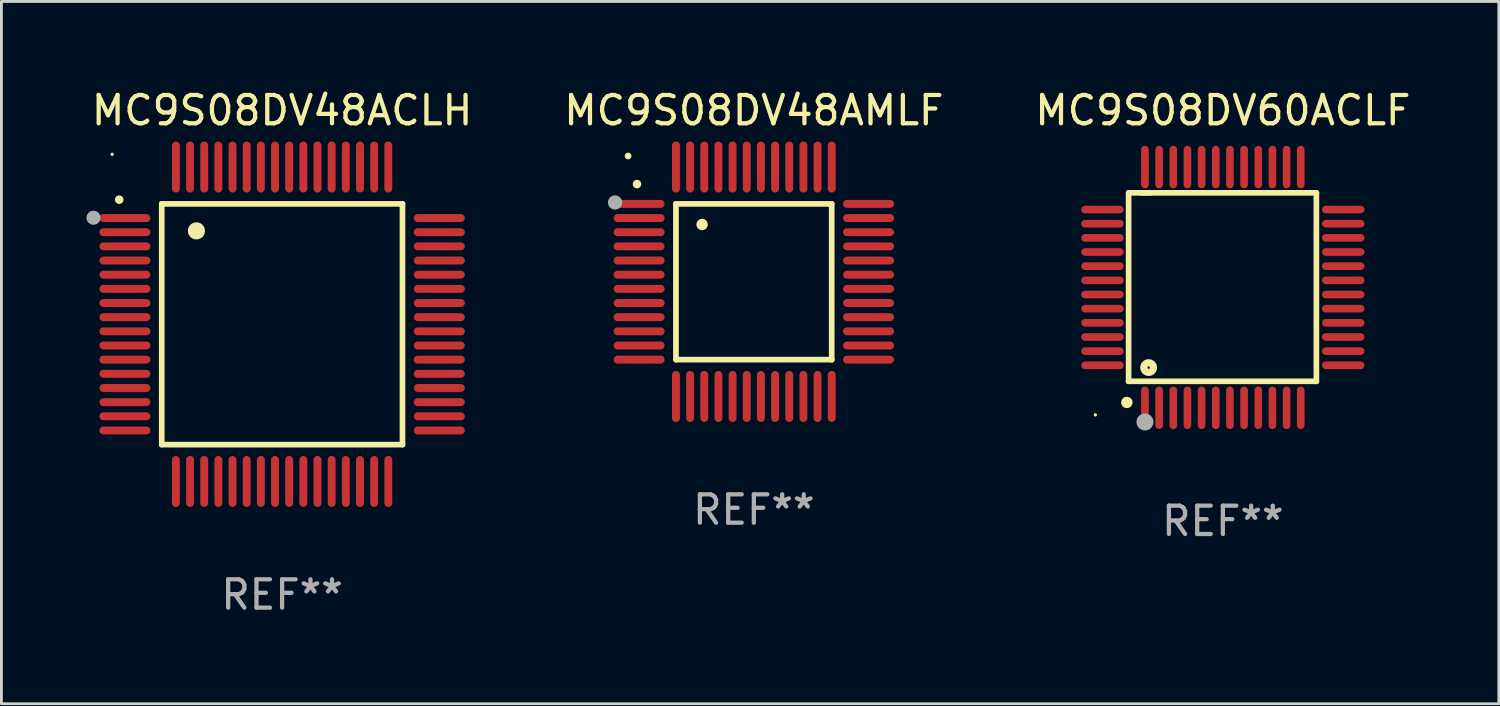
<source format=kicad_pcb>
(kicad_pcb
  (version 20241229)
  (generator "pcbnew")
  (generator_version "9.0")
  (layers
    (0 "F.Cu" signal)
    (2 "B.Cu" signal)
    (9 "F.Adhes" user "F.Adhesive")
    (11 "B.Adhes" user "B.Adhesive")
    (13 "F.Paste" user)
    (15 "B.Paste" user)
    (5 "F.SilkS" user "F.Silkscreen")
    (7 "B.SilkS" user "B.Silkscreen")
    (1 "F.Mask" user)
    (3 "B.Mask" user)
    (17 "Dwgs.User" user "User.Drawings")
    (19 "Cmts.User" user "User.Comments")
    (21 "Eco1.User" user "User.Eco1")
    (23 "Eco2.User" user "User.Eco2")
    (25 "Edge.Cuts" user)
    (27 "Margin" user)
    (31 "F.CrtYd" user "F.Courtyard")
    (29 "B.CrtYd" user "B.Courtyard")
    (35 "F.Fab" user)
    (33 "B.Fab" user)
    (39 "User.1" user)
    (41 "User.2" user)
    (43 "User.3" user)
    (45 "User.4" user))
  (footprint "MC9S08DV60ACLF"
    (layer "F.Cu")
    (at 40.124 7.098)
    (property "Reference" "MC9S08DV60ACLF" (at 0 -6.25 0) (layer "F.SilkS") (effects (font (size 1 1) (thickness 0.15))))
    (attr through_hole)
    (fp_line (start -3.327 -3.34) (end -2.565 -3.34) (stroke (width 0.2) (type solid)) (layer "F.SilkS"))
    (fp_line (start -3.327 3.315) (end -3.327 -3.34) (stroke (width 0.2) (type solid)) (layer "F.SilkS"))
    (fp_line (start -2.896 -3.34) (end 3.302 -3.34) (stroke (width 0.2) (type solid)) (layer "F.SilkS"))
    (fp_line (start 3.302 -3.34) (end 3.302 3.315) (stroke (width 0.2) (type solid)) (layer "F.SilkS"))
    (fp_line (start 3.302 3.315) (end -3.327 3.315) (stroke (width 0.2) (type solid)) (layer "F.SilkS"))
    (fp_arc (start -3.389992 4.059995) (mid -3.388722 4.059991) (end -3.387452 4.059995) (stroke (width 0.4) (type solid)) (layer "F.SilkS"))
    (fp_circle (center -4.5 4.5) (end -4.47 4.5) (stroke (width 0.06) (type solid)) (fill no) (layer "F.SilkS"))
    (fp_circle (center -2.62 2.83) (end -2.45 2.83) (stroke (width 0.254) (type solid)) (fill no) (layer "F.SilkS"))
    (fp_circle (center -2.75 4.75) (end -2.6 4.75) (stroke (width 0.3) (type solid)) (fill no) (layer "F.Fab"))
    (fp_text user "REF**" (at 0 8.25 0) (layer "F.Fab") (effects (font (size 1 1) (thickness 0.15))))
    (pad "1" smd oval (at -2.75 4.25) (size 0.27 1.5) (layers "F.Cu" "F.Mask" "F.Paste"))
    (pad "2" smd oval (at -2.25 4.25) (size 0.27 1.5) (layers "F.Cu" "F.Mask" "F.Paste"))
    (pad "3" smd oval (at -1.75 4.25) (size 0.27 1.5) (layers "F.Cu" "F.Mask" "F.Paste"))
    (pad "4" smd oval (at -1.25 4.25) (size 0.27 1.5) (layers "F.Cu" "F.Mask" "F.Paste"))
    (pad "5" smd oval (at -0.75 4.25) (size 0.27 1.5) (layers "F.Cu" "F.Mask" "F.Paste"))
    (pad "6" smd oval (at -0.25 4.25) (size 0.27 1.5) (layers "F.Cu" "F.Mask" "F.Paste"))
    (pad "7" smd oval (at 0.25 4.25) (size 0.27 1.5) (layers "F.Cu" "F.Mask" "F.Paste"))
    (pad "8" smd oval (at 0.75 4.25) (size 0.27 1.5) (layers "F.Cu" "F.Mask" "F.Paste"))
    (pad "9" smd oval (at 1.25 4.25) (size 0.27 1.5) (layers "F.Cu" "F.Mask" "F.Paste"))
    (pad "10" smd oval (at 1.75 4.25) (size 0.27 1.5) (layers "F.Cu" "F.Mask" "F.Paste"))
    (pad "11" smd oval (at 2.25 4.25) (size 0.27 1.5) (layers "F.Cu" "F.Mask" "F.Paste"))
    (pad "12" smd oval (at 2.75 4.25) (size 0.27 1.5) (layers "F.Cu" "F.Mask" "F.Paste"))
    (pad "13" smd oval (at 4.25 2.75) (size 1.5 0.27) (layers "F.Cu" "F.Mask" "F.Paste"))
    (pad "14" smd oval (at 4.25 2.25) (size 1.5 0.27) (layers "F.Cu" "F.Mask" "F.Paste"))
    (pad "15" smd oval (at 4.25 1.75) (size 1.5 0.27) (layers "F.Cu" "F.Mask" "F.Paste"))
    (pad "16" smd oval (at 4.25 1.25) (size 1.5 0.27) (layers "F.Cu" "F.Mask" "F.Paste"))
    (pad "17" smd oval (at 4.25 0.75) (size 1.5 0.27) (layers "F.Cu" "F.Mask" "F.Paste"))
    (pad "18" smd oval (at 4.25 0.25) (size 1.5 0.27) (layers "F.Cu" "F.Mask" "F.Paste"))
    (pad "19" smd oval (at 4.25 -0.25) (size 1.5 0.27) (layers "F.Cu" "F.Mask" "F.Paste"))
    (pad "20" smd oval (at 4.25 -0.75) (size 1.5 0.27) (layers "F.Cu" "F.Mask" "F.Paste"))
    (pad "21" smd oval (at 4.25 -1.25) (size 1.5 0.27) (layers "F.Cu" "F.Mask" "F.Paste"))
    (pad "22" smd oval (at 4.25 -1.75) (size 1.5 0.27) (layers "F.Cu" "F.Mask" "F.Paste"))
    (pad "23" smd oval (at 4.25 -2.25) (size 1.5 0.27) (layers "F.Cu" "F.Mask" "F.Paste"))
    (pad "24" smd oval (at 4.25 -2.75) (size 1.5 0.27) (layers "F.Cu" "F.Mask" "F.Paste"))
    (pad "25" smd oval (at 2.75 -4.25) (size 0.27 1.5) (layers "F.Cu" "F.Mask" "F.Paste"))
    (pad "26" smd oval (at 2.25 -4.25) (size 0.27 1.5) (layers "F.Cu" "F.Mask" "F.Paste"))
    (pad "27" smd oval (at 1.75 -4.25) (size 0.27 1.5) (layers "F.Cu" "F.Mask" "F.Paste"))
    (pad "28" smd oval (at 1.25 -4.25) (size 0.27 1.5) (layers "F.Cu" "F.Mask" "F.Paste"))
    (pad "29" smd oval (at 0.75 -4.25) (size 0.27 1.5) (layers "F.Cu" "F.Mask" "F.Paste"))
    (pad "30" smd oval (at 0.25 -4.25) (size 0.27 1.5) (layers "F.Cu" "F.Mask" "F.Paste"))
    (pad "31" smd oval (at -0.25 -4.25) (size 0.27 1.5) (layers "F.Cu" "F.Mask" "F.Paste"))
    (pad "32" smd oval (at -0.75 -4.25) (size 0.27 1.5) (layers "F.Cu" "F.Mask" "F.Paste"))
    (pad "33" smd oval (at -1.25 -4.25) (size 0.27 1.5) (layers "F.Cu" "F.Mask" "F.Paste"))
    (pad "34" smd oval (at -1.75 -4.25) (size 0.27 1.5) (layers "F.Cu" "F.Mask" "F.Paste"))
    (pad "35" smd oval (at -2.25 -4.25) (size 0.27 1.5) (layers "F.Cu" "F.Mask" "F.Paste"))
    (pad "36" smd oval (at -2.75 -4.25) (size 0.27 1.5) (layers "F.Cu" "F.Mask" "F.Paste"))
    (pad "37" smd oval (at -4.25 -2.75) (size 1.5 0.27) (layers "F.Cu" "F.Mask" "F.Paste"))
    (pad "38" smd oval (at -4.25 -2.25) (size 1.5 0.27) (layers "F.Cu" "F.Mask" "F.Paste"))
    (pad "39" smd oval (at -4.25 -1.75) (size 1.5 0.27) (layers "F.Cu" "F.Mask" "F.Paste"))
    (pad "40" smd oval (at -4.25 -1.25) (size 1.5 0.27) (layers "F.Cu" "F.Mask" "F.Paste"))
    (pad "41" smd oval (at -4.25 -0.75) (size 1.5 0.27) (layers "F.Cu" "F.Mask" "F.Paste"))
    (pad "42" smd oval (at -4.25 -0.25) (size 1.5 0.27) (layers "F.Cu" "F.Mask" "F.Paste"))
    (pad "43" smd oval (at -4.25 0.25) (size 1.5 0.27) (layers "F.Cu" "F.Mask" "F.Paste"))
    (pad "44" smd oval (at -4.25 0.75) (size 1.5 0.27) (layers "F.Cu" "F.Mask" "F.Paste"))
    (pad "45" smd oval (at -4.25 1.25) (size 1.5 0.27) (layers "F.Cu" "F.Mask" "F.Paste"))
    (pad "46" smd oval (at -4.25 1.75) (size 1.5 0.27) (layers "F.Cu" "F.Mask" "F.Paste"))
    (pad "47" smd oval (at -4.25 2.25) (size 1.5 0.27) (layers "F.Cu" "F.Mask" "F.Paste"))
    (pad "48" smd oval (at -4.25 2.75) (size 1.5 0.27) (layers "F.Cu" "F.Mask" "F.Paste")))
  (footprint "MC9S08DV48AMLF"
    (layer "F.Cu")
    (at 23.565 6.898)
    (property "Reference" "MC9S08DV48AMLF" (at 0 -6.05 0) (layer "F.SilkS") (effects (font (size 1 1) (thickness 0.15))))
    (attr through_hole)
    (fp_line (start -2.75 -2.75) (end 2.75 -2.75) (stroke (width 0.2) (type solid)) (layer "F.SilkS"))
    (fp_line (start -2.75 2.75) (end -2.75 -2.75) (stroke (width 0.2) (type solid)) (layer "F.SilkS"))
    (fp_line (start 2.75 -2.75) (end 2.75 2.75) (stroke (width 0.2) (type solid)) (layer "F.SilkS"))
    (fp_line (start 2.75 2.75) (end -2.75 2.75) (stroke (width 0.2) (type solid)) (layer "F.SilkS"))
    (fp_arc (start -4.124968 -3.446787) (mid -4.124973 -3.448057) (end -4.124968 -3.449327) (stroke (width 0.3) (type solid)) (layer "F.SilkS"))
    (fp_arc (start -1.826264 -2.021844) (mid -1.826268 -2.023114) (end -1.826264 -2.024384) (stroke (width 0.4) (type solid)) (layer "F.SilkS"))
    (fp_circle (center -4.44 -4.44) (end -4.38 -4.44) (stroke (width 0.12) (type solid)) (fill no) (layer "F.SilkS"))
    (fp_circle (center -4.9 -2.8) (end -4.773 -2.8) (stroke (width 0.254) (type solid)) (fill no) (layer "F.Fab"))
    (fp_text user "REF**" (at 0 8.05 0) (layer "F.Fab") (effects (font (size 1 1) (thickness 0.15))))
    (pad "1" smd oval (at -4.05 -2.75 90) (size 0.28 1.8) (layers "F.Cu" "F.Mask" "F.Paste"))
    (pad "2" smd oval (at -4.05 -2.25 90) (size 0.28 1.8) (layers "F.Cu" "F.Mask" "F.Paste"))
    (pad "3" smd oval (at -4.05 -1.75 90) (size 0.28 1.8) (layers "F.Cu" "F.Mask" "F.Paste"))
    (pad "4" smd oval (at -4.05 -1.25 90) (size 0.28 1.8) (layers "F.Cu" "F.Mask" "F.Paste"))
    (pad "5" smd oval (at -4.05 -0.75 90) (size 0.28 1.8) (layers "F.Cu" "F.Mask" "F.Paste"))
    (pad "6" smd oval (at -4.05 -0.25 90) (size 0.28 1.8) (layers "F.Cu" "F.Mask" "F.Paste"))
    (pad "7" smd oval (at -4.05 0.25 90) (size 0.28 1.8) (layers "F.Cu" "F.Mask" "F.Paste"))
    (pad "8" smd oval (at -4.05 0.75 90) (size 0.28 1.8) (layers "F.Cu" "F.Mask" "F.Paste"))
    (pad "9" smd oval (at -4.05 1.25 90) (size 0.28 1.8) (layers "F.Cu" "F.Mask" "F.Paste"))
    (pad "10" smd oval (at -4.05 1.75 90) (size 0.28 1.8) (layers "F.Cu" "F.Mask" "F.Paste"))
    (pad "11" smd oval (at -4.05 2.25 90) (size 0.28 1.8) (layers "F.Cu" "F.Mask" "F.Paste"))
    (pad "12" smd oval (at -4.05 2.75 90) (size 0.28 1.8) (layers "F.Cu" "F.Mask" "F.Paste"))
    (pad "13" smd oval (at -2.75 4.05) (size 0.28 1.8) (layers "F.Cu" "F.Mask" "F.Paste"))
    (pad "14" smd oval (at -2.25 4.05) (size 0.28 1.8) (layers "F.Cu" "F.Mask" "F.Paste"))
    (pad "15" smd oval (at -1.75 4.05) (size 0.28 1.8) (layers "F.Cu" "F.Mask" "F.Paste"))
    (pad "16" smd oval (at -1.25 4.05) (size 0.28 1.8) (layers "F.Cu" "F.Mask" "F.Paste"))
    (pad "17" smd oval (at -0.75 4.05) (size 0.28 1.8) (layers "F.Cu" "F.Mask" "F.Paste"))
    (pad "18" smd oval (at -0.25 4.05) (size 0.28 1.8) (layers "F.Cu" "F.Mask" "F.Paste"))
    (pad "19" smd oval (at 0.25 4.05) (size 0.28 1.8) (layers "F.Cu" "F.Mask" "F.Paste"))
    (pad "20" smd oval (at 0.75 4.05) (size 0.28 1.8) (layers "F.Cu" "F.Mask" "F.Paste"))
    (pad "21" smd oval (at 1.25 4.05) (size 0.28 1.8) (layers "F.Cu" "F.Mask" "F.Paste"))
    (pad "22" smd oval (at 1.75 4.05) (size 0.28 1.8) (layers "F.Cu" "F.Mask" "F.Paste"))
    (pad "23" smd oval (at 2.25 4.05) (size 0.28 1.8) (layers "F.Cu" "F.Mask" "F.Paste"))
    (pad "24" smd oval (at 2.75 4.05) (size 0.28 1.8) (layers "F.Cu" "F.Mask" "F.Paste"))
    (pad "25" smd oval (at 4.05 2.75 90) (size 0.28 1.8) (layers "F.Cu" "F.Mask" "F.Paste"))
    (pad "26" smd oval (at 4.05 2.25 90) (size 0.28 1.8) (layers "F.Cu" "F.Mask" "F.Paste"))
    (pad "27" smd oval (at 4.05 1.75 90) (size 0.28 1.8) (layers "F.Cu" "F.Mask" "F.Paste"))
    (pad "28" smd oval (at 4.05 1.25 90) (size 0.28 1.8) (layers "F.Cu" "F.Mask" "F.Paste"))
    (pad "29" smd oval (at 4.05 0.75 90) (size 0.28 1.8) (layers "F.Cu" "F.Mask" "F.Paste"))
    (pad "30" smd oval (at 4.05 0.25 90) (size 0.28 1.8) (layers "F.Cu" "F.Mask" "F.Paste"))
    (pad "31" smd oval (at 4.05 -0.25 90) (size 0.28 1.8) (layers "F.Cu" "F.Mask" "F.Paste"))
    (pad "32" smd oval (at 4.05 -0.75 90) (size 0.28 1.8) (layers "F.Cu" "F.Mask" "F.Paste"))
    (pad "33" smd oval (at 4.05 -1.25 90) (size 0.28 1.8) (layers "F.Cu" "F.Mask" "F.Paste"))
    (pad "34" smd oval (at 4.05 -1.75 90) (size 0.28 1.8) (layers "F.Cu" "F.Mask" "F.Paste"))
    (pad "35" smd oval (at 4.05 -2.25 90) (size 0.28 1.8) (layers "F.Cu" "F.Mask" "F.Paste"))
    (pad "36" smd oval (at 4.05 -2.75 90) (size 0.28 1.8) (layers "F.Cu" "F.Mask" "F.Paste"))
    (pad "37" smd oval (at 2.75 -4.05) (size 0.28 1.8) (layers "F.Cu" "F.Mask" "F.Paste"))
    (pad "38" smd oval (at 2.25 -4.05) (size 0.28 1.8) (layers "F.Cu" "F.Mask" "F.Paste"))
    (pad "39" smd oval (at 1.75 -4.05) (size 0.28 1.8) (layers "F.Cu" "F.Mask" "F.Paste"))
    (pad "40" smd oval (at 1.25 -4.05) (size 0.28 1.8) (layers "F.Cu" "F.Mask" "F.Paste"))
    (pad "41" smd oval (at 0.75 -4.05) (size 0.28 1.8) (layers "F.Cu" "F.Mask" "F.Paste"))
    (pad "42" smd oval (at 0.25 -4.05) (size 0.28 1.8) (layers "F.Cu" "F.Mask" "F.Paste"))
    (pad "43" smd oval (at -0.25 -4.05) (size 0.28 1.8) (layers "F.Cu" "F.Mask" "F.Paste"))
    (pad "44" smd oval (at -0.75 -4.05) (size 0.28 1.8) (layers "F.Cu" "F.Mask" "F.Paste"))
    (pad "45" smd oval (at -1.25 -4.05) (size 0.28 1.8) (layers "F.Cu" "F.Mask" "F.Paste"))
    (pad "46" smd oval (at -1.75 -4.05) (size 0.28 1.8) (layers "F.Cu" "F.Mask" "F.Paste"))
    (pad "47" smd oval (at -2.25 -4.05) (size 0.28 1.8) (layers "F.Cu" "F.Mask" "F.Paste"))
    (pad "48" smd oval (at -2.75 -4.05) (size 0.28 1.8) (layers "F.Cu" "F.Mask" "F.Paste")))
  (footprint "MC9S08DV48ACLH"
    (layer "F.Cu")
    (at 6.91 8.398)
    (property "Reference" "MC9S08DV48ACLH" (at 0 -7.55 0) (layer "F.SilkS") (effects (font (size 1 1) (thickness 0.15))))
    (attr through_hole)
    (fp_line (start -4.25 -4.25) (end -4.25 4.25) (stroke (width 0.2) (type solid)) (layer "F.SilkS"))
    (fp_line (start -4.25 4.25) (end 4.25 4.25) (stroke (width 0.2) (type solid)) (layer "F.SilkS"))
    (fp_line (start 4.25 -4.25) (end -4.25 -4.25) (stroke (width 0.2) (type solid)) (layer "F.SilkS"))
    (fp_line (start 4.25 4.25) (end 4.25 -4.25) (stroke (width 0.2) (type solid)) (layer "F.SilkS"))
    (fp_arc (start -5.750572 -4.396749) (mid -5.750577 -4.398019) (end -5.750572 -4.399289) (stroke (width 0.3) (type solid)) (layer "F.SilkS"))
    (fp_arc (start -3.025146 -3.294387) (mid -3.025157 -3.296927) (end -3.025146 -3.299467) (stroke (width 0.6) (type solid)) (layer "F.SilkS"))
    (fp_circle (center -6 -6) (end -5.97 -6) (stroke (width 0.06) (type solid)) (fill no) (layer "F.SilkS"))
    (fp_circle (center -6.66 -3.76) (end -6.535 -3.76) (stroke (width 0.25) (type solid)) (fill no) (layer "F.Fab"))
    (fp_text user "REF**" (at 0 9.55 0) (layer "F.Fab") (effects (font (size 1 1) (thickness 0.15))))
    (pad "1" smd oval (at -5.55 -3.75) (size 1.8 0.28) (layers "F.Cu" "F.Mask" "F.Paste"))
    (pad "2" smd oval (at -5.55 -3.25) (size 1.8 0.28) (layers "F.Cu" "F.Mask" "F.Paste"))
    (pad "3" smd oval (at -5.55 -2.75) (size 1.8 0.28) (layers "F.Cu" "F.Mask" "F.Paste"))
    (pad "4" smd oval (at -5.55 -2.25) (size 1.8 0.28) (layers "F.Cu" "F.Mask" "F.Paste"))
    (pad "5" smd oval (at -5.55 -1.75) (size 1.8 0.28) (layers "F.Cu" "F.Mask" "F.Paste"))
    (pad "6" smd oval (at -5.55 -1.25) (size 1.8 0.28) (layers "F.Cu" "F.Mask" "F.Paste"))
    (pad "7" smd oval (at -5.55 -0.75) (size 1.8 0.28) (layers "F.Cu" "F.Mask" "F.Paste"))
    (pad "8" smd oval (at -5.55 -0.25) (size 1.8 0.28) (layers "F.Cu" "F.Mask" "F.Paste"))
    (pad "9" smd oval (at -5.55 0.25) (size 1.8 0.28) (layers "F.Cu" "F.Mask" "F.Paste"))
    (pad "10" smd oval (at -5.55 0.75) (size 1.8 0.28) (layers "F.Cu" "F.Mask" "F.Paste"))
    (pad "11" smd oval (at -5.55 1.25) (size 1.8 0.28) (layers "F.Cu" "F.Mask" "F.Paste"))
    (pad "12" smd oval (at -5.55 1.75) (size 1.8 0.28) (layers "F.Cu" "F.Mask" "F.Paste"))
    (pad "13" smd oval (at -5.55 2.25) (size 1.8 0.28) (layers "F.Cu" "F.Mask" "F.Paste"))
    (pad "14" smd oval (at -5.55 2.75) (size 1.8 0.28) (layers "F.Cu" "F.Mask" "F.Paste"))
    (pad "15" smd oval (at -5.55 3.25) (size 1.8 0.28) (layers "F.Cu" "F.Mask" "F.Paste"))
    (pad "16" smd oval (at -5.55 3.75) (size 1.8 0.28) (layers "F.Cu" "F.Mask" "F.Paste"))
    (pad "17" smd oval (at -3.75 5.55) (size 0.28 1.8) (layers "F.Cu" "F.Mask" "F.Paste"))
    (pad "18" smd oval (at -3.25 5.55) (size 0.28 1.8) (layers "F.Cu" "F.Mask" "F.Paste"))
    (pad "19" smd oval (at -2.75 5.55) (size 0.28 1.8) (layers "F.Cu" "F.Mask" "F.Paste"))
    (pad "20" smd oval (at -2.25 5.55) (size 0.28 1.8) (layers "F.Cu" "F.Mask" "F.Paste"))
    (pad "21" smd oval (at -1.75 5.55) (size 0.28 1.8) (layers "F.Cu" "F.Mask" "F.Paste"))
    (pad "22" smd oval (at -1.25 5.55) (size 0.28 1.8) (layers "F.Cu" "F.Mask" "F.Paste"))
    (pad "23" smd oval (at -0.75 5.55) (size 0.28 1.8) (layers "F.Cu" "F.Mask" "F.Paste"))
    (pad "24" smd oval (at -0.25 5.55) (size 0.28 1.8) (layers "F.Cu" "F.Mask" "F.Paste"))
    (pad "25" smd oval (at 0.25 5.55) (size 0.28 1.8) (layers "F.Cu" "F.Mask" "F.Paste"))
    (pad "26" smd oval (at 0.75 5.55) (size 0.28 1.8) (layers "F.Cu" "F.Mask" "F.Paste"))
    (pad "27" smd oval (at 1.25 5.55) (size 0.28 1.8) (layers "F.Cu" "F.Mask" "F.Paste"))
    (pad "28" smd oval (at 1.75 5.55) (size 0.28 1.8) (layers "F.Cu" "F.Mask" "F.Paste"))
    (pad "29" smd oval (at 2.25 5.55) (size 0.28 1.8) (layers "F.Cu" "F.Mask" "F.Paste"))
    (pad "30" smd oval (at 2.75 5.55) (size 0.28 1.8) (layers "F.Cu" "F.Mask" "F.Paste"))
    (pad "31" smd oval (at 3.25 5.55) (size 0.28 1.8) (layers "F.Cu" "F.Mask" "F.Paste"))
    (pad "32" smd oval (at 3.75 5.55) (size 0.28 1.8) (layers "F.Cu" "F.Mask" "F.Paste"))
    (pad "33" smd oval (at 5.55 3.75) (size 1.8 0.28) (layers "F.Cu" "F.Mask" "F.Paste"))
    (pad "34" smd oval (at 5.55 3.25) (size 1.8 0.28) (layers "F.Cu" "F.Mask" "F.Paste"))
    (pad "35" smd oval (at 5.55 2.75) (size 1.8 0.28) (layers "F.Cu" "F.Mask" "F.Paste"))
    (pad "36" smd oval (at 5.55 2.25) (size 1.8 0.28) (layers "F.Cu" "F.Mask" "F.Paste"))
    (pad "37" smd oval (at 5.55 1.75) (size 1.8 0.28) (layers "F.Cu" "F.Mask" "F.Paste"))
    (pad "38" smd oval (at 5.55 1.25) (size 1.8 0.28) (layers "F.Cu" "F.Mask" "F.Paste"))
    (pad "39" smd oval (at 5.55 0.75) (size 1.8 0.28) (layers "F.Cu" "F.Mask" "F.Paste"))
    (pad "40" smd oval (at 5.55 0.25) (size 1.8 0.28) (layers "F.Cu" "F.Mask" "F.Paste"))
    (pad "41" smd oval (at 5.55 -0.25) (size 1.8 0.28) (layers "F.Cu" "F.Mask" "F.Paste"))
    (pad "42" smd oval (at 5.55 -0.75) (size 1.8 0.28) (layers "F.Cu" "F.Mask" "F.Paste"))
    (pad "43" smd oval (at 5.55 -1.25) (size 1.8 0.28) (layers "F.Cu" "F.Mask" "F.Paste"))
    (pad "44" smd oval (at 5.55 -1.75) (size 1.8 0.28) (layers "F.Cu" "F.Mask" "F.Paste"))
    (pad "45" smd oval (at 5.55 -2.25) (size 1.8 0.28) (layers "F.Cu" "F.Mask" "F.Paste"))
    (pad "46" smd oval (at 5.55 -2.75) (size 1.8 0.28) (layers "F.Cu" "F.Mask" "F.Paste"))
    (pad "47" smd oval (at 5.55 -3.25) (size 1.8 0.28) (layers "F.Cu" "F.Mask" "F.Paste"))
    (pad "48" smd oval (at 5.55 -3.75) (size 1.8 0.28) (layers "F.Cu" "F.Mask" "F.Paste"))
    (pad "49" smd oval (at 3.75 -5.55) (size 0.28 1.8) (layers "F.Cu" "F.Mask" "F.Paste"))
    (pad "50" smd oval (at 3.25 -5.55) (size 0.28 1.8) (layers "F.Cu" "F.Mask" "F.Paste"))
    (pad "51" smd oval (at 2.75 -5.55) (size 0.28 1.8) (layers "F.Cu" "F.Mask" "F.Paste"))
    (pad "52" smd oval (at 2.25 -5.55) (size 0.28 1.8) (layers "F.Cu" "F.Mask" "F.Paste"))
    (pad "53" smd oval (at 1.75 -5.55) (size 0.28 1.8) (layers "F.Cu" "F.Mask" "F.Paste"))
    (pad "54" smd oval (at 1.25 -5.55) (size 0.28 1.8) (layers "F.Cu" "F.Mask" "F.Paste"))
    (pad "55" smd oval (at 0.75 -5.55) (size 0.28 1.8) (layers "F.Cu" "F.Mask" "F.Paste"))
    (pad "56" smd oval (at 0.25 -5.55) (size 0.28 1.8) (layers "F.Cu" "F.Mask" "F.Paste"))
    (pad "57" smd oval (at -0.25 -5.55) (size 0.28 1.8) (layers "F.Cu" "F.Mask" "F.Paste"))
    (pad "58" smd oval (at -0.75 -5.55) (size 0.28 1.8) (layers "F.Cu" "F.Mask" "F.Paste"))
    (pad "59" smd oval (at -1.25 -5.55) (size 0.28 1.8) (layers "F.Cu" "F.Mask" "F.Paste"))
    (pad "60" smd oval (at -1.75 -5.55) (size 0.28 1.8) (layers "F.Cu" "F.Mask" "F.Paste"))
    (pad "61" smd oval (at -2.25 -5.55) (size 0.28 1.8) (layers "F.Cu" "F.Mask" "F.Paste"))
    (pad "62" smd oval (at -2.75 -5.55) (size 0.28 1.8) (layers "F.Cu" "F.Mask" "F.Paste"))
    (pad "63" smd oval (at -3.25 -5.55) (size 0.28 1.8) (layers "F.Cu" "F.Mask" "F.Paste"))
    (pad "64" smd oval (at -3.75 -5.55) (size 0.28 1.8) (layers "F.Cu" "F.Mask" "F.Paste")))
  (gr_rect
    (start -3 -3)
    (end 49.868 21.796)
    (stroke (width 0.1) (type default))
    (fill no)
    (layer "Edge.Cuts")))
</source>
